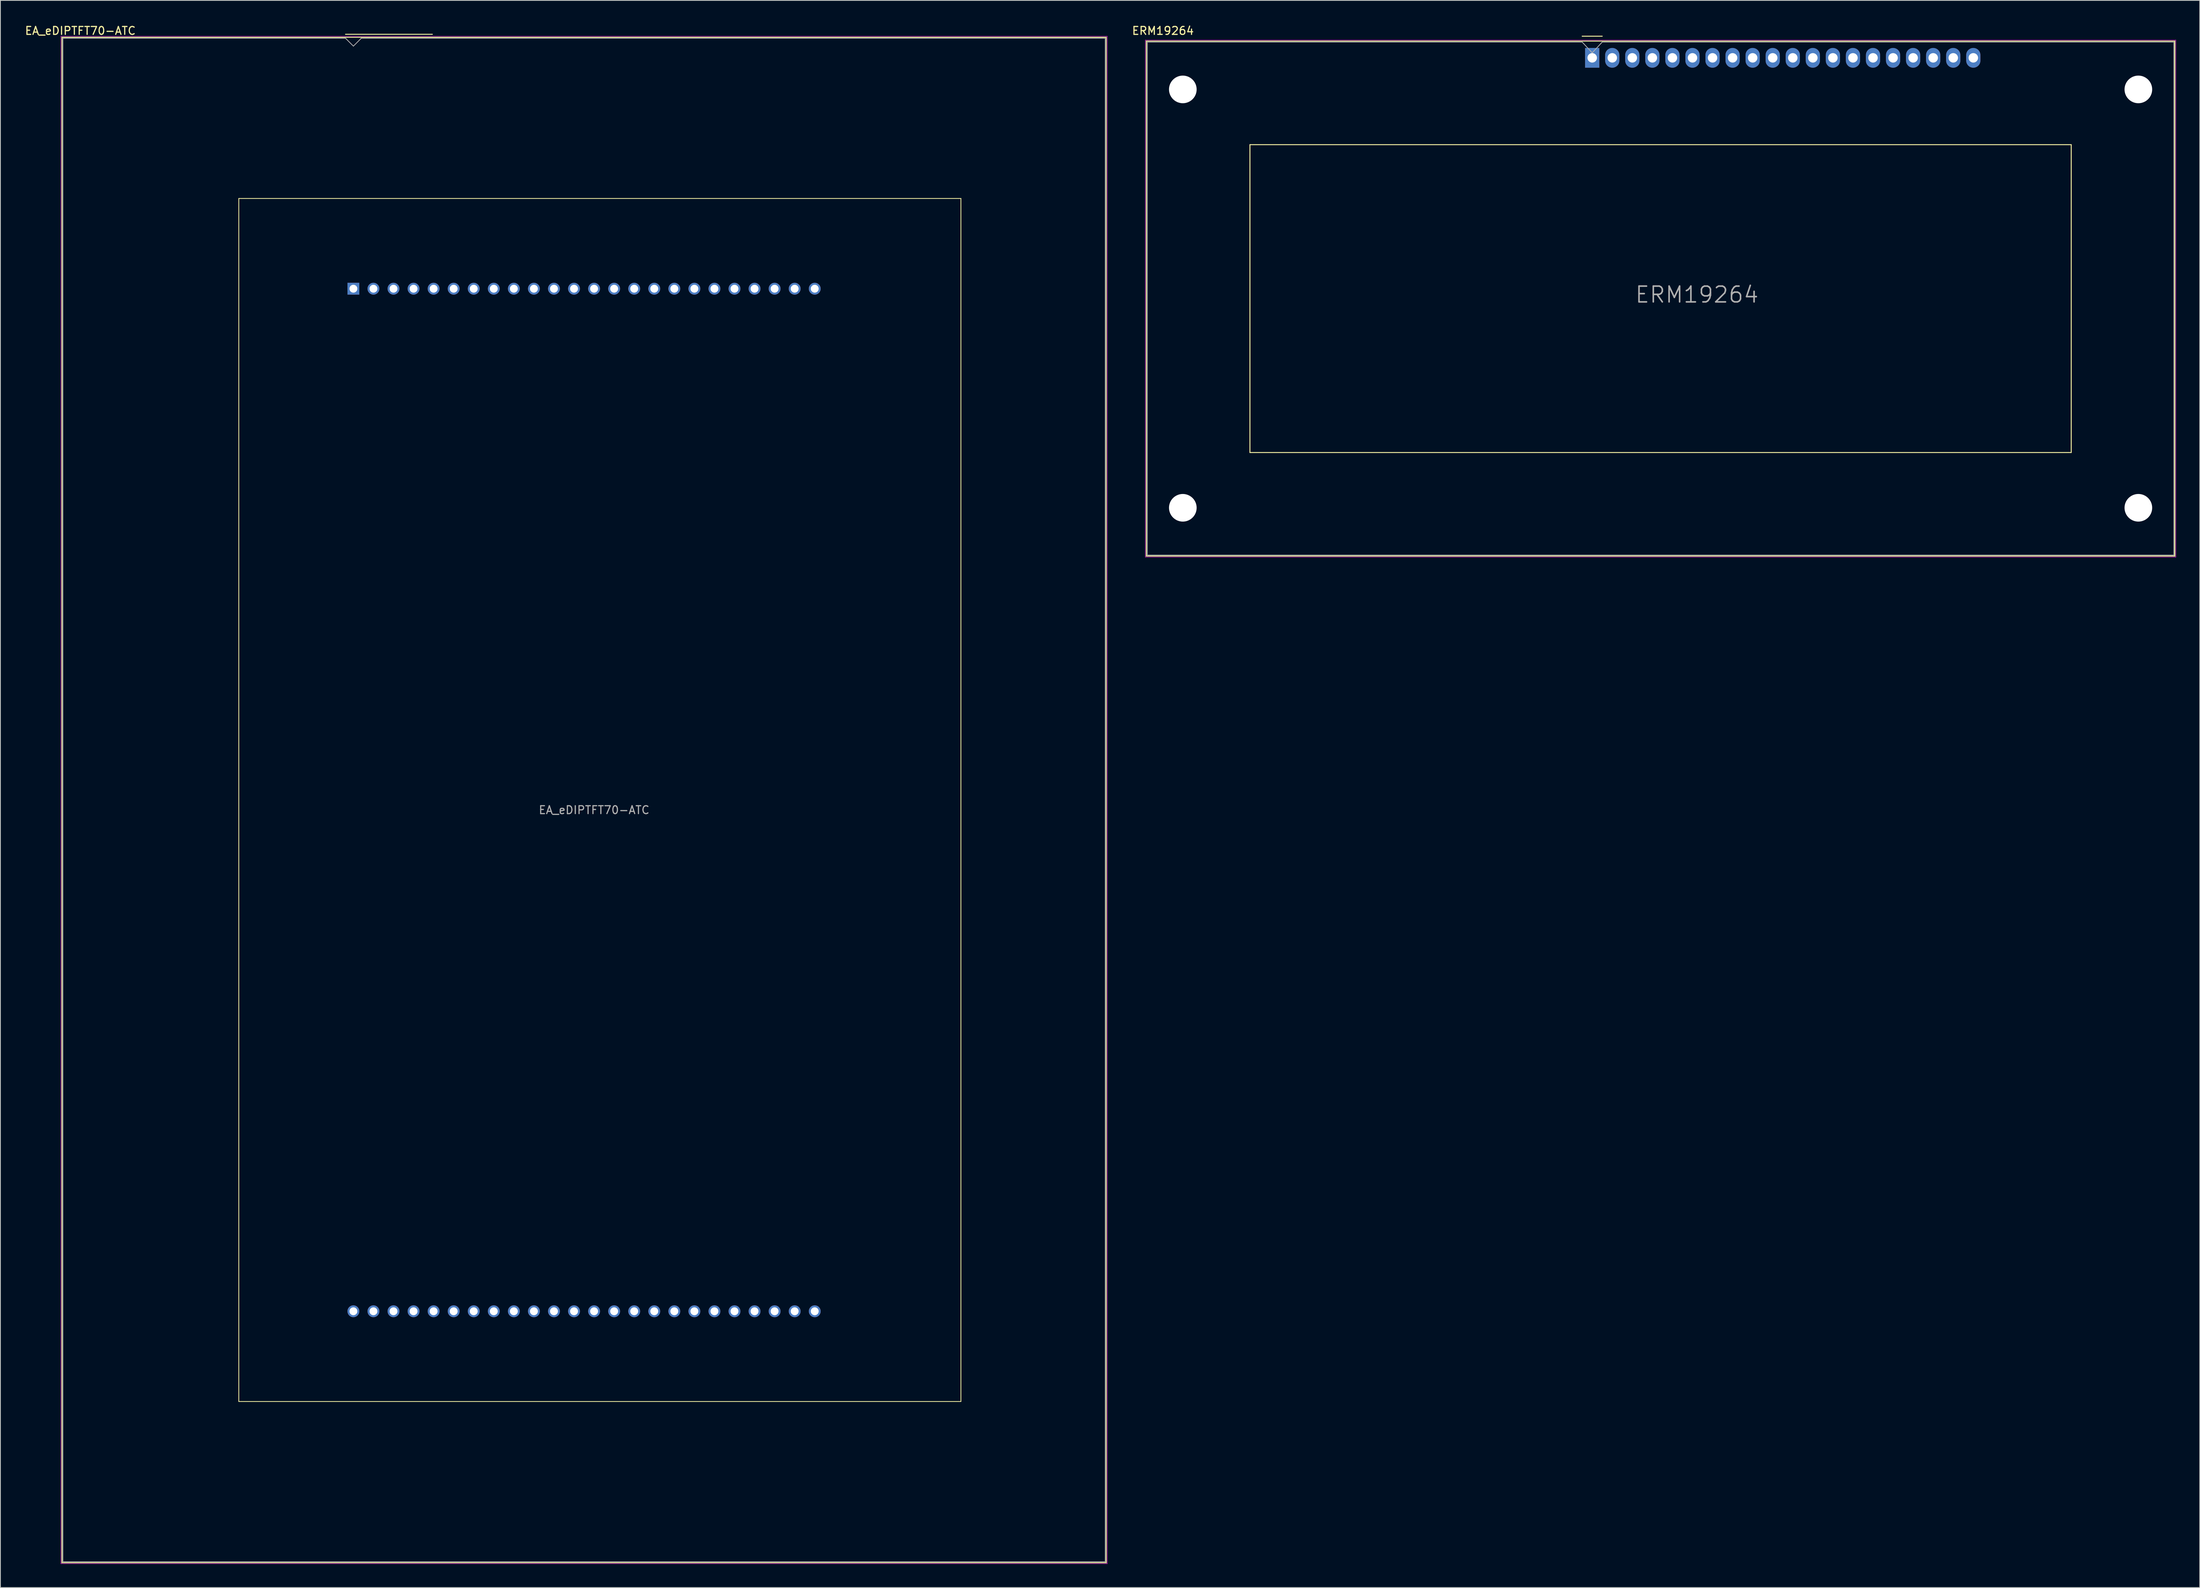
<source format=kicad_pcb>
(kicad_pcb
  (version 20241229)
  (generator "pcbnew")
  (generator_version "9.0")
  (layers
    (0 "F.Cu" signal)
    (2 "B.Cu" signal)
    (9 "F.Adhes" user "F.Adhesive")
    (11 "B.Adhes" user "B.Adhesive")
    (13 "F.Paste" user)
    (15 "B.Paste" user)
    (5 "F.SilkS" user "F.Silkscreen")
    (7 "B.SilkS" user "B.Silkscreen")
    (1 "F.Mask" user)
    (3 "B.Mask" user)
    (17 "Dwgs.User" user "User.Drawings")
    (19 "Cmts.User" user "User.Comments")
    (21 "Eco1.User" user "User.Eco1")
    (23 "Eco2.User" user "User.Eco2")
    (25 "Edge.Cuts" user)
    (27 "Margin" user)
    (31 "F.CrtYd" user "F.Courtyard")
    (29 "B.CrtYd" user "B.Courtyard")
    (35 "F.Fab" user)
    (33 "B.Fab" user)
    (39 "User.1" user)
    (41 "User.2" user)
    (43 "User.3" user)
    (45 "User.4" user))
  (footprint "ERM19264"
    (layer "F.Cu")
    (at 198.571 4.277)
    (property "Reference" "ERM19264" (at -54.356 -3.429 0) (layer "F.SilkS") (effects (font (size 1 1) (thickness 0.15))))
    (attr through_hole)
    (fp_line (start -56.46 -2.12) (end 73.78 -2.12) (stroke (width 0.12) (type solid)) (layer "F.SilkS"))
    (fp_line (start -56.46 63.12) (end -56.46 -2.12) (stroke (width 0.12) (type solid)) (layer "F.SilkS"))
    (fp_line (start -43.34 11) (end 60.66 11) (stroke (width 0.12) (type solid)) (layer "F.SilkS"))
    (fp_line (start -43.34 50) (end -43.34 11) (stroke (width 0.12) (type solid)) (layer "F.SilkS"))
    (fp_line (start 1.27 -2.74) (end -1.27 -2.74) (stroke (width 0.12) (type solid)) (layer "F.SilkS"))
    (fp_line (start 60.66 11) (end 60.66 50) (stroke (width 0.12) (type solid)) (layer "F.SilkS"))
    (fp_line (start 60.66 50) (end -43.34 50) (stroke (width 0.12) (type solid)) (layer "F.SilkS"))
    (fp_line (start 73.78 -2.12) (end 73.78 63.12) (stroke (width 0.12) (type solid)) (layer "F.SilkS"))
    (fp_line (start 73.78 63.12) (end -56.46 63.12) (stroke (width 0.12) (type solid)) (layer "F.SilkS"))
    (fp_line (start -56.59 -2.25) (end 73.91 -2.25) (stroke (width 0.05) (type solid)) (layer "F.CrtYd"))
    (fp_line (start -56.59 63.25) (end -56.59 -2.25) (stroke (width 0.05) (type solid)) (layer "F.CrtYd"))
    (fp_line (start 73.91 -2.25) (end 73.91 63.25) (stroke (width 0.05) (type solid)) (layer "F.CrtYd"))
    (fp_line (start 73.91 63.25) (end -56.59 63.25) (stroke (width 0.05) (type solid)) (layer "F.CrtYd"))
    (fp_line (start -56.34 -2) (end -1.27 -2) (stroke (width 0.1) (type solid)) (layer "F.Fab"))
    (fp_line (start -56.34 63) (end -56.34 -2) (stroke (width 0.1) (type solid)) (layer "F.Fab"))
    (fp_line (start 0 -0.635) (end -1.27 -2) (stroke (width 0.1) (type solid)) (layer "F.Fab"))
    (fp_line (start 1.27 -2) (end 0 -0.635) (stroke (width 0.1) (type solid)) (layer "F.Fab"))
    (fp_line (start 1.27 -2) (end 73.66 -2) (stroke (width 0.1) (type solid)) (layer "F.Fab"))
    (fp_line (start 73.66 -2) (end 73.66 63) (stroke (width 0.1) (type solid)) (layer "F.Fab"))
    (fp_line (start 73.66 63) (end -56.34 63) (stroke (width 0.1) (type solid)) (layer "F.Fab"))
    (fp_text user "${REFERENCE}" (at 13.26 30 0) (layer "F.Fab") (effects (font (size 2 2) (thickness 0.2))))
    (pad "" np_thru_hole circle (at -51.84 4 180) (size 3.5 3.5) (drill 3.5) (layers "*.Cu" "*.Mask"))
    (pad "" np_thru_hole circle (at -51.84 57 180) (size 3.5 3.5) (drill 3.5) (layers "*.Cu" "*.Mask"))
    (pad "" np_thru_hole circle (at 69.16 4 180) (size 3.5 3.5) (drill 3.5) (layers "*.Cu" "*.Mask"))
    (pad "" np_thru_hole circle (at 69.16 57 180) (size 3.5 3.5) (drill 3.5) (layers "*.Cu" "*.Mask"))
    (pad "1" thru_hole rect (at 0 0 180) (size 1.8 2.5) (drill 1.2) (layers "*.Cu" "*.Mask"))
    (pad "2" thru_hole oval (at 2.54 0 180) (size 1.8 2.5) (drill 1.2) (layers "*.Cu" "*.Mask"))
    (pad "3" thru_hole oval (at 5.08 0 180) (size 1.8 2.5) (drill 1.2) (layers "*.Cu" "*.Mask"))
    (pad "4" thru_hole oval (at 7.62 0 180) (size 1.8 2.5) (drill 1.2) (layers "*.Cu" "*.Mask"))
    (pad "5" thru_hole oval (at 10.16 0 180) (size 1.8 2.5) (drill 1.2) (layers "*.Cu" "*.Mask"))
    (pad "6" thru_hole oval (at 12.7 0 180) (size 1.8 2.5) (drill 1.2) (layers "*.Cu" "*.Mask"))
    (pad "7" thru_hole oval (at 15.24 0 180) (size 1.8 2.5) (drill 1.2) (layers "*.Cu" "*.Mask"))
    (pad "8" thru_hole oval (at 17.78 0 180) (size 1.8 2.5) (drill 1.2) (layers "*.Cu" "*.Mask"))
    (pad "9" thru_hole oval (at 20.32 0 180) (size 1.8 2.5) (drill 1.2) (layers "*.Cu" "*.Mask"))
    (pad "10" thru_hole oval (at 22.86 0 180) (size 1.8 2.5) (drill 1.2) (layers "*.Cu" "*.Mask"))
    (pad "11" thru_hole oval (at 25.4 0 180) (size 1.8 2.5) (drill 1.2) (layers "*.Cu" "*.Mask"))
    (pad "12" thru_hole oval (at 27.94 0 180) (size 1.8 2.5) (drill 1.2) (layers "*.Cu" "*.Mask"))
    (pad "13" thru_hole oval (at 30.48 0 180) (size 1.8 2.5) (drill 1.2) (layers "*.Cu" "*.Mask"))
    (pad "14" thru_hole oval (at 33.02 0 180) (size 1.8 2.5) (drill 1.2) (layers "*.Cu" "*.Mask"))
    (pad "15" thru_hole oval (at 35.56 0 180) (size 1.8 2.5) (drill 1.2) (layers "*.Cu" "*.Mask"))
    (pad "16" thru_hole oval (at 38.1 0 180) (size 1.8 2.5) (drill 1.2) (layers "*.Cu" "*.Mask"))
    (pad "17" thru_hole oval (at 40.64 0 180) (size 1.8 2.5) (drill 1.2) (layers "*.Cu" "*.Mask"))
    (pad "18" thru_hole oval (at 43.18 0 180) (size 1.8 2.5) (drill 1.2) (layers "*.Cu" "*.Mask"))
    (pad "19" thru_hole oval (at 45.72 0 180) (size 1.8 2.5) (drill 1.2) (layers "*.Cu" "*.Mask"))
    (pad "20" thru_hole oval (at 48.26 0 180) (size 1.8 2.5) (drill 1.2) (layers "*.Cu" "*.Mask")))
  (footprint "EA_eDIPTFT70-ATC"
    (layer "F.Cu")
    (at 41.7 33.523)
    (property "Reference" "EA_eDIPTFT70-ATC" (at -34.575 -32.675 0) (layer "F.SilkS") (effects (font (size 1 1) (thickness 0.15))))
    (attr through_hole)
    (fp_line (start -36.91 -31.85) (end 95.33 -31.85) (stroke (width 0.12) (type solid)) (layer "F.SilkS"))
    (fp_line (start -36.91 161.39) (end -36.91 -31.85) (stroke (width 0.12) (type solid)) (layer "F.SilkS"))
    (fp_line (start -14.51 -11.43) (end -14.51 140.97) (stroke (width 0.1) (type solid)) (layer "F.SilkS"))
    (fp_line (start -14.51 140.97) (end 76.93 140.97) (stroke (width 0.1) (type solid)) (layer "F.SilkS"))
    (fp_line (start -1 -32.23) (end 10 -32.23) (stroke (width 0.12) (type solid)) (layer "F.SilkS"))
    (fp_line (start 76.93 -11.43) (end -14.51 -11.43) (stroke (width 0.1) (type solid)) (layer "F.SilkS"))
    (fp_line (start 76.93 140.97) (end 76.93 -11.43) (stroke (width 0.1) (type solid)) (layer "F.SilkS"))
    (fp_line (start 95.33 -31.85) (end 95.33 161.39) (stroke (width 0.12) (type solid)) (layer "F.SilkS"))
    (fp_line (start 95.33 161.39) (end -36.91 161.39) (stroke (width 0.12) (type solid)) (layer "F.SilkS"))
    (fp_line (start -37.04 -31.98) (end 95.46 -31.98) (stroke (width 0.05) (type solid)) (layer "F.CrtYd"))
    (fp_line (start -37.04 161.52) (end -37.04 -31.98) (stroke (width 0.05) (type solid)) (layer "F.CrtYd"))
    (fp_line (start 95.46 -31.98) (end 95.46 161.52) (stroke (width 0.05) (type solid)) (layer "F.CrtYd"))
    (fp_line (start 95.46 161.52) (end -37.04 161.52) (stroke (width 0.05) (type solid)) (layer "F.CrtYd"))
    (fp_line (start -36.79 -31.73) (end -1 -31.73) (stroke (width 0.1) (type solid)) (layer "F.Fab"))
    (fp_line (start -36.79 161.27) (end -36.79 -31.73) (stroke (width 0.1) (type solid)) (layer "F.Fab"))
    (fp_line (start -1 -31.73) (end 0 -30.73) (stroke (width 0.1) (type solid)) (layer "F.Fab"))
    (fp_line (start 0 -30.73) (end 1 -31.73) (stroke (width 0.1) (type solid)) (layer "F.Fab"))
    (fp_line (start 1 -31.73) (end 95.21 -31.73) (stroke (width 0.1) (type solid)) (layer "F.Fab"))
    (fp_line (start 95.21 -31.73) (end 95.21 161.27) (stroke (width 0.1) (type solid)) (layer "F.Fab"))
    (fp_line (start 95.21 161.27) (end -36.79 161.27) (stroke (width 0.1) (type solid)) (layer "F.Fab"))
    (fp_text user "${REFERENCE}" (at 30.48 66.04 0) (layer "F.Fab") (effects (font (size 1 1) (thickness 0.15))))
    (pad "1" thru_hole rect (at 0 0) (size 1.5 1.5) (drill 1) (layers "*.Cu" "*.Mask"))
    (pad "2" thru_hole circle (at 2.54 0) (size 1.5 1.5) (drill 1) (layers "*.Cu" "*.Mask"))
    (pad "3" thru_hole circle (at 5.08 0) (size 1.5 1.5) (drill 1) (layers "*.Cu" "*.Mask"))
    (pad "4" thru_hole circle (at 7.62 0) (size 1.5 1.5) (drill 1) (layers "*.Cu" "*.Mask"))
    (pad "5" thru_hole circle (at 10.16 0) (size 1.5 1.5) (drill 1) (layers "*.Cu" "*.Mask"))
    (pad "6" thru_hole circle (at 12.7 0) (size 1.5 1.5) (drill 1) (layers "*.Cu" "*.Mask"))
    (pad "7" thru_hole circle (at 15.24 0) (size 1.5 1.5) (drill 1) (layers "*.Cu" "*.Mask"))
    (pad "8" thru_hole circle (at 17.78 0) (size 1.5 1.5) (drill 1) (layers "*.Cu" "*.Mask"))
    (pad "9" thru_hole circle (at 20.32 0) (size 1.5 1.5) (drill 1) (layers "*.Cu" "*.Mask"))
    (pad "10" thru_hole circle (at 22.86 0) (size 1.5 1.5) (drill 1) (layers "*.Cu" "*.Mask"))
    (pad "11" thru_hole circle (at 25.4 0) (size 1.5 1.5) (drill 1) (layers "*.Cu" "*.Mask"))
    (pad "12" thru_hole circle (at 27.94 0) (size 1.5 1.5) (drill 1) (layers "*.Cu" "*.Mask"))
    (pad "13" thru_hole circle (at 30.48 0) (size 1.5 1.5) (drill 1) (layers "*.Cu" "*.Mask"))
    (pad "14" thru_hole circle (at 33.02 0) (size 1.5 1.5) (drill 1) (layers "*.Cu" "*.Mask"))
    (pad "15" thru_hole circle (at 35.56 0) (size 1.5 1.5) (drill 1) (layers "*.Cu" "*.Mask"))
    (pad "16" thru_hole circle (at 38.1 0) (size 1.5 1.5) (drill 1) (layers "*.Cu" "*.Mask"))
    (pad "17" thru_hole circle (at 40.64 0) (size 1.5 1.5) (drill 1) (layers "*.Cu" "*.Mask"))
    (pad "18" thru_hole circle (at 43.18 0) (size 1.5 1.5) (drill 1) (layers "*.Cu" "*.Mask"))
    (pad "19" thru_hole circle (at 45.72 0) (size 1.5 1.5) (drill 1) (layers "*.Cu" "*.Mask"))
    (pad "20" thru_hole circle (at 48.26 0) (size 1.5 1.5) (drill 1) (layers "*.Cu" "*.Mask"))
    (pad "21" thru_hole circle (at 50.8 0) (size 1.5 1.5) (drill 1) (layers "*.Cu" "*.Mask"))
    (pad "22" thru_hole circle (at 53.34 0) (size 1.5 1.5) (drill 1) (layers "*.Cu" "*.Mask"))
    (pad "23" thru_hole circle (at 55.88 0) (size 1.5 1.5) (drill 1) (layers "*.Cu" "*.Mask"))
    (pad "24" thru_hole circle (at 58.42 0) (size 1.5 1.5) (drill 1) (layers "*.Cu" "*.Mask"))
    (pad "25" thru_hole circle (at 58.42 129.54) (size 1.5 1.5) (drill 1) (layers "*.Cu" "*.Mask"))
    (pad "26" thru_hole circle (at 55.88 129.54) (size 1.5 1.5) (drill 1) (layers "*.Cu" "*.Mask"))
    (pad "27" thru_hole circle (at 53.34 129.54) (size 1.5 1.5) (drill 1) (layers "*.Cu" "*.Mask"))
    (pad "28" thru_hole circle (at 50.8 129.54) (size 1.5 1.5) (drill 1) (layers "*.Cu" "*.Mask"))
    (pad "29" thru_hole circle (at 48.26 129.54) (size 1.5 1.5) (drill 1) (layers "*.Cu" "*.Mask"))
    (pad "30" thru_hole circle (at 45.72 129.54) (size 1.5 1.5) (drill 1) (layers "*.Cu" "*.Mask"))
    (pad "31" thru_hole circle (at 43.18 129.54) (size 1.5 1.5) (drill 1) (layers "*.Cu" "*.Mask"))
    (pad "32" thru_hole circle (at 40.64 129.54) (size 1.5 1.5) (drill 1) (layers "*.Cu" "*.Mask"))
    (pad "33" thru_hole circle (at 38.1 129.54) (size 1.5 1.5) (drill 1) (layers "*.Cu" "*.Mask"))
    (pad "34" thru_hole circle (at 35.56 129.54) (size 1.5 1.5) (drill 1) (layers "*.Cu" "*.Mask"))
    (pad "35" thru_hole circle (at 33.02 129.54) (size 1.5 1.5) (drill 1) (layers "*.Cu" "*.Mask"))
    (pad "36" thru_hole circle (at 30.48 129.54) (size 1.5 1.5) (drill 1) (layers "*.Cu" "*.Mask"))
    (pad "37" thru_hole circle (at 27.94 129.54) (size 1.5 1.5) (drill 1) (layers "*.Cu" "*.Mask"))
    (pad "38" thru_hole circle (at 25.4 129.54) (size 1.5 1.5) (drill 1) (layers "*.Cu" "*.Mask"))
    (pad "39" thru_hole circle (at 22.86 129.54) (size 1.5 1.5) (drill 1) (layers "*.Cu" "*.Mask"))
    (pad "40" thru_hole circle (at 20.32 129.54) (size 1.5 1.5) (drill 1) (layers "*.Cu" "*.Mask"))
    (pad "41" thru_hole circle (at 17.78 129.54) (size 1.5 1.5) (drill 1) (layers "*.Cu" "*.Mask"))
    (pad "42" thru_hole circle (at 15.24 129.54) (size 1.5 1.5) (drill 1) (layers "*.Cu" "*.Mask"))
    (pad "43" thru_hole circle (at 12.7 129.54) (size 1.5 1.5) (drill 1) (layers "*.Cu" "*.Mask"))
    (pad "44" thru_hole circle (at 10.16 129.54) (size 1.5 1.5) (drill 1) (layers "*.Cu" "*.Mask"))
    (pad "45" thru_hole circle (at 7.62 129.54) (size 1.5 1.5) (drill 1) (layers "*.Cu" "*.Mask"))
    (pad "46" thru_hole circle (at 5.08 129.54) (size 1.5 1.5) (drill 1) (layers "*.Cu" "*.Mask"))
    (pad "47" thru_hole circle (at 2.54 129.54) (size 1.5 1.5) (drill 1) (layers "*.Cu" "*.Mask"))
    (pad "48" thru_hole circle (at 0 129.54) (size 1.5 1.5) (drill 1) (layers "*.Cu" "*.Mask")))
  (gr_rect
    (start -3 -3)
    (end 275.506 198.068)
    (stroke (width 0.1) (type default))
    (fill no)
    (layer "Edge.Cuts")))
</source>
